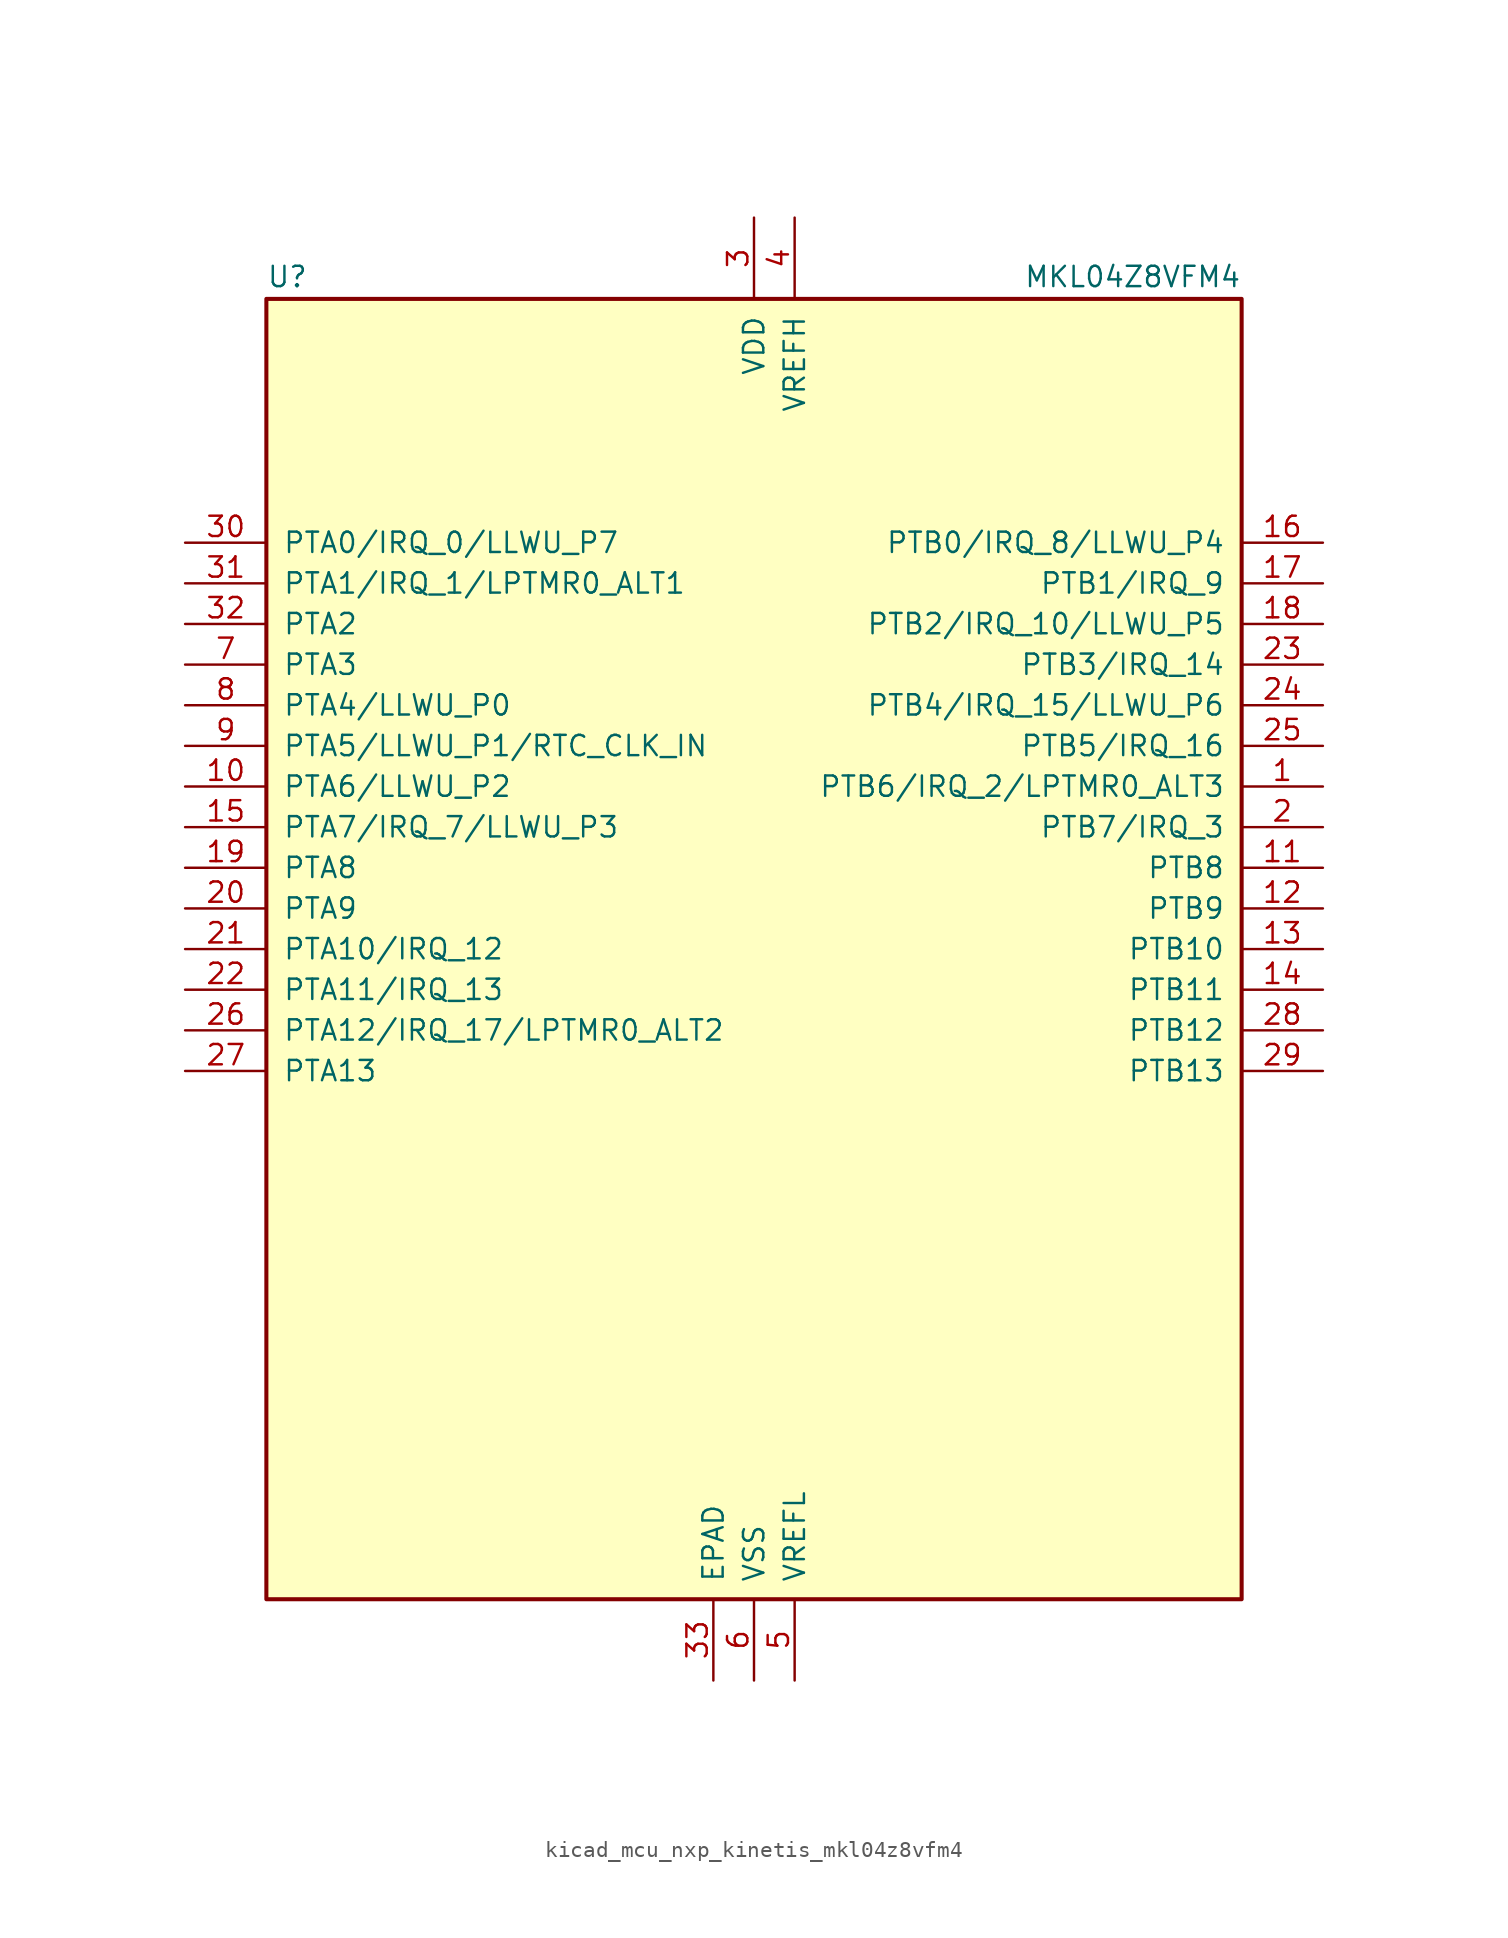
<source format=kicad_sym>
(kicad_symbol_lib
  (version 20220914)
  (generator kicad_symbol_editor)
  (symbol "kicad_mcu_nxp_kinetis_mkl04z8vfm4"
    (pin_names
      (offset 1.016))
    (property "Reference" "U"
      (at -30.48 41.275 0)
      (effects (font (size 1.27 1.27)) (justify left bottom)))
    (property "Value" "MKL04Z8VFM4"
      (at 30.48 41.275 0)
      (effects (font (size 1.27 1.27)) (justify right bottom)))
    (symbol "kicad_mcu_nxp_kinetis_mkl04z8vfm4_0_1"
      (rectangle (start -30.48 40.64) (end 30.48 -40.64) (stroke (width 0.254) (type default)) (fill (type background))))
    (symbol "kicad_mcu_nxp_kinetis_mkl04z8vfm4_1_1"
      (pin bidirectional line (at 35.56 10.16 180) (length 5.08) (name "PTB6/IRQ_2/LPTMR0_ALT3" (effects (font (size 1.27 1.27)))) (number "1" (effects (font (size 1.27 1.27)))))
      (pin bidirectional line (at -35.56 10.16 0) (length 5.08) (name "PTA6/LLWU_P2" (effects (font (size 1.27 1.27)))) (number "10" (effects (font (size 1.27 1.27)))))
      (pin bidirectional line (at 35.56 5.08 180) (length 5.08) (name "PTB8" (effects (font (size 1.27 1.27)))) (number "11" (effects (font (size 1.27 1.27)))))
      (pin bidirectional line (at 35.56 2.54 180) (length 5.08) (name "PTB9" (effects (font (size 1.27 1.27)))) (number "12" (effects (font (size 1.27 1.27)))))
      (pin bidirectional line (at 35.56 0 180) (length 5.08) (name "PTB10" (effects (font (size 1.27 1.27)))) (number "13" (effects (font (size 1.27 1.27)))))
      (pin bidirectional line (at 35.56 -2.54 180) (length 5.08) (name "PTB11" (effects (font (size 1.27 1.27)))) (number "14" (effects (font (size 1.27 1.27)))))
      (pin bidirectional line (at -35.56 7.62 0) (length 5.08) (name "PTA7/IRQ_7/LLWU_P3" (effects (font (size 1.27 1.27)))) (number "15" (effects (font (size 1.27 1.27)))))
      (pin bidirectional line (at 35.56 25.4 180) (length 5.08) (name "PTB0/IRQ_8/LLWU_P4" (effects (font (size 1.27 1.27)))) (number "16" (effects (font (size 1.27 1.27)))))
      (pin bidirectional line (at 35.56 22.86 180) (length 5.08) (name "PTB1/IRQ_9" (effects (font (size 1.27 1.27)))) (number "17" (effects (font (size 1.27 1.27)))))
      (pin bidirectional line (at 35.56 20.32 180) (length 5.08) (name "PTB2/IRQ_10/LLWU_P5" (effects (font (size 1.27 1.27)))) (number "18" (effects (font (size 1.27 1.27)))))
      (pin bidirectional line (at -35.56 5.08 0) (length 5.08) (name "PTA8" (effects (font (size 1.27 1.27)))) (number "19" (effects (font (size 1.27 1.27)))))
      (pin bidirectional line (at 35.56 7.62 180) (length 5.08) (name "PTB7/IRQ_3" (effects (font (size 1.27 1.27)))) (number "2" (effects (font (size 1.27 1.27)))))
      (pin bidirectional line (at -35.56 2.54 0) (length 5.08) (name "PTA9" (effects (font (size 1.27 1.27)))) (number "20" (effects (font (size 1.27 1.27)))))
      (pin bidirectional line (at -35.56 0 0) (length 5.08) (name "PTA10/IRQ_12" (effects (font (size 1.27 1.27)))) (number "21" (effects (font (size 1.27 1.27)))))
      (pin bidirectional line (at -35.56 -2.54 0) (length 5.08) (name "PTA11/IRQ_13" (effects (font (size 1.27 1.27)))) (number "22" (effects (font (size 1.27 1.27)))))
      (pin bidirectional line (at 35.56 17.78 180) (length 5.08) (name "PTB3/IRQ_14" (effects (font (size 1.27 1.27)))) (number "23" (effects (font (size 1.27 1.27)))))
      (pin bidirectional line (at 35.56 15.24 180) (length 5.08) (name "PTB4/IRQ_15/LLWU_P6" (effects (font (size 1.27 1.27)))) (number "24" (effects (font (size 1.27 1.27)))))
      (pin bidirectional line (at 35.56 12.7 180) (length 5.08) (name "PTB5/IRQ_16" (effects (font (size 1.27 1.27)))) (number "25" (effects (font (size 1.27 1.27)))))
      (pin bidirectional line (at -35.56 -5.08 0) (length 5.08) (name "PTA12/IRQ_17/LPTMR0_ALT2" (effects (font (size 1.27 1.27)))) (number "26" (effects (font (size 1.27 1.27)))))
      (pin bidirectional line (at -35.56 -7.62 0) (length 5.08) (name "PTA13" (effects (font (size 1.27 1.27)))) (number "27" (effects (font (size 1.27 1.27)))))
      (pin bidirectional line (at 35.56 -5.08 180) (length 5.08) (name "PTB12" (effects (font (size 1.27 1.27)))) (number "28" (effects (font (size 1.27 1.27)))))
      (pin bidirectional line (at 35.56 -7.62 180) (length 5.08) (name "PTB13" (effects (font (size 1.27 1.27)))) (number "29" (effects (font (size 1.27 1.27)))))
      (pin power_in line (at 0 45.72 270) (length 5.08) (name "VDD" (effects (font (size 1.27 1.27)))) (number "3" (effects (font (size 1.27 1.27)))))
      (pin bidirectional line (at -35.56 25.4 0) (length 5.08) (name "PTA0/IRQ_0/LLWU_P7" (effects (font (size 1.27 1.27)))) (number "30" (effects (font (size 1.27 1.27)))))
      (pin bidirectional line (at -35.56 22.86 0) (length 5.08) (name "PTA1/IRQ_1/LPTMR0_ALT1" (effects (font (size 1.27 1.27)))) (number "31" (effects (font (size 1.27 1.27)))))
      (pin bidirectional line (at -35.56 20.32 0) (length 5.08) (name "PTA2" (effects (font (size 1.27 1.27)))) (number "32" (effects (font (size 1.27 1.27)))))
      (pin power_in line (at -2.54 -45.72 90) (length 5.08) (name "EPAD" (effects (font (size 1.27 1.27)))) (number "33" (effects (font (size 1.27 1.27)))))
      (pin power_in line (at 2.54 45.72 270) (length 5.08) (name "VREFH" (effects (font (size 1.27 1.27)))) (number "4" (effects (font (size 1.27 1.27)))))
      (pin power_in line (at 2.54 -45.72 90) (length 5.08) (name "VREFL" (effects (font (size 1.27 1.27)))) (number "5" (effects (font (size 1.27 1.27)))))
      (pin power_in line (at 0 -45.72 90) (length 5.08) (name "VSS" (effects (font (size 1.27 1.27)))) (number "6" (effects (font (size 1.27 1.27)))))
      (pin bidirectional line (at -35.56 17.78 0) (length 5.08) (name "PTA3" (effects (font (size 1.27 1.27)))) (number "7" (effects (font (size 1.27 1.27)))))
      (pin bidirectional line (at -35.56 15.24 0) (length 5.08) (name "PTA4/LLWU_P0" (effects (font (size 1.27 1.27)))) (number "8" (effects (font (size 1.27 1.27)))))
      (pin bidirectional line (at -35.56 12.7 0) (length 5.08) (name "PTA5/LLWU_P1/RTC_CLK_IN" (effects (font (size 1.27 1.27)))) (number "9" (effects (font (size 1.27 1.27))))))))
</source>
